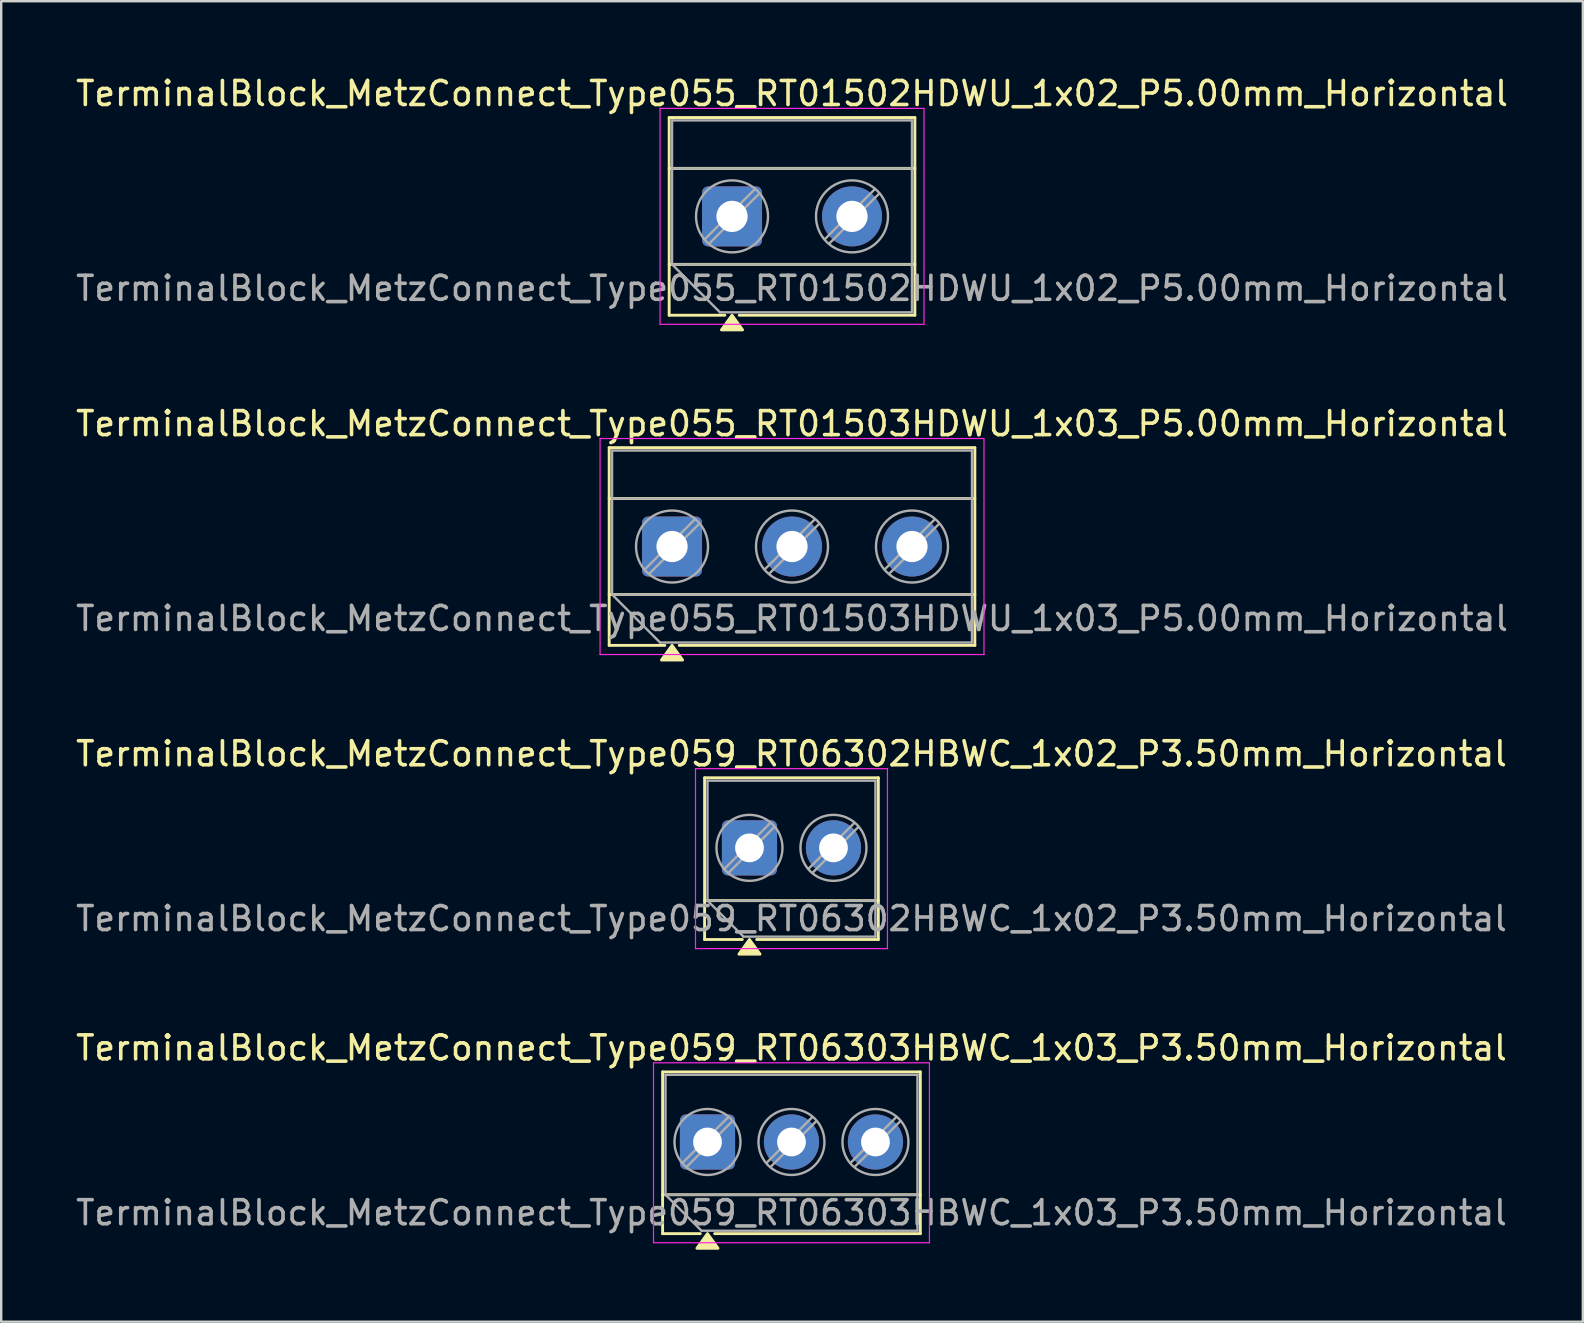
<source format=kicad_pcb>
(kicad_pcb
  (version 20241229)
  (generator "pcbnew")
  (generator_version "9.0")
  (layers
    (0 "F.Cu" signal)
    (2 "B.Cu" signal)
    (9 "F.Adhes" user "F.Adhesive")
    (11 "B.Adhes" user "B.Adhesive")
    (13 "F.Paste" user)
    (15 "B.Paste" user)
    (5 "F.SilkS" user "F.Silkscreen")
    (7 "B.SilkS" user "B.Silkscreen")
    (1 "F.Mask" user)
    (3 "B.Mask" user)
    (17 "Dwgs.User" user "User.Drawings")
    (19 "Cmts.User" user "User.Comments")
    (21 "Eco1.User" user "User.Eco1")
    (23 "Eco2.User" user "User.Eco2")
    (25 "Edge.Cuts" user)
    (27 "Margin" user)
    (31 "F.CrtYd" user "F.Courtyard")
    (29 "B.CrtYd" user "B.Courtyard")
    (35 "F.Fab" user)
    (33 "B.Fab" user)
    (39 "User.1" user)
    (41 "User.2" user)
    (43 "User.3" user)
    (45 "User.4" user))
  (footprint "TerminalBlock_MetzConnect_Type055_RT01503HDWU_1x03_P5.00mm_Horizontal"
    (layer "F.Cu")
    (at 24.958 19.727)
    (property "Reference" "TerminalBlock_MetzConnect_Type055_RT01503HDWU_1x03_P5.00mm_Horizontal" (at 5 -5.12 0) (layer "F.SilkS") (effects (font (size 1 1) (thickness 0.15))))
    (attr through_hole)
    (fp_line (start -2.62 -4.12) (end -2.62 4.12) (stroke (width 0.12) (type solid)) (layer "F.SilkS"))
    (fp_line (start -2.62 -4.12) (end 12.62 -4.12) (stroke (width 0.12) (type solid)) (layer "F.SilkS"))
    (fp_line (start -2.62 -2) (end 12.62 -2) (stroke (width 0.12) (type solid)) (layer "F.SilkS"))
    (fp_line (start -2.62 2) (end 12.62 2) (stroke (width 0.12) (type solid)) (layer "F.SilkS"))
    (fp_line (start -2.62 4.12) (end -0.3 4.12) (stroke (width 0.12) (type solid)) (layer "F.SilkS"))
    (fp_line (start 0.3 4.12) (end 12.62 4.12) (stroke (width 0.12) (type solid)) (layer "F.SilkS"))
    (fp_line (start 12.62 -4.12) (end 12.62 4.12) (stroke (width 0.12) (type solid)) (layer "F.SilkS"))
    (fp_poly (pts (xy 0 4.12) (xy 0.44 4.73) (xy -0.44 4.73)) (stroke (width 0.12) (type solid)) (fill yes) (layer "F.SilkS"))
    (fp_line (start -3 -4.5) (end -3 4.5) (stroke (width 0.05) (type solid)) (layer "F.CrtYd"))
    (fp_line (start -3 4.5) (end 13 4.5) (stroke (width 0.05) (type solid)) (layer "F.CrtYd"))
    (fp_line (start 13 -4.5) (end -3 -4.5) (stroke (width 0.05) (type solid)) (layer "F.CrtYd"))
    (fp_line (start 13 4.5) (end 13 -4.5) (stroke (width 0.05) (type solid)) (layer "F.CrtYd"))
    (fp_line (start -2.5 -4) (end 12.5 -4) (stroke (width 0.1) (type solid)) (layer "F.Fab"))
    (fp_line (start -2.5 -2) (end 12.5 -2) (stroke (width 0.1) (type solid)) (layer "F.Fab"))
    (fp_line (start -2.5 2) (end -2.5 -4) (stroke (width 0.1) (type solid)) (layer "F.Fab"))
    (fp_line (start -2.5 2) (end 12.5 2) (stroke (width 0.1) (type solid)) (layer "F.Fab"))
    (fp_line (start -0.5 4) (end -2.5 2) (stroke (width 0.1) (type solid)) (layer "F.Fab"))
    (fp_line (start 0.955 -1.138) (end -1.138 0.955) (stroke (width 0.1) (type solid)) (layer "F.Fab"))
    (fp_line (start 1.138 -0.955) (end -0.955 1.138) (stroke (width 0.1) (type solid)) (layer "F.Fab"))
    (fp_line (start 5.955 -1.138) (end 3.862 0.955) (stroke (width 0.1) (type solid)) (layer "F.Fab"))
    (fp_line (start 6.138 -0.955) (end 4.045 1.138) (stroke (width 0.1) (type solid)) (layer "F.Fab"))
    (fp_line (start 10.955 -1.138) (end 8.862 0.955) (stroke (width 0.1) (type solid)) (layer "F.Fab"))
    (fp_line (start 11.138 -0.955) (end 9.045 1.138) (stroke (width 0.1) (type solid)) (layer "F.Fab"))
    (fp_line (start 12.5 -4) (end 12.5 4) (stroke (width 0.1) (type solid)) (layer "F.Fab"))
    (fp_line (start 12.5 4) (end -0.5 4) (stroke (width 0.1) (type solid)) (layer "F.Fab"))
    (fp_circle (center 0 0) (end 1.5 0) (stroke (width 0.1) (type solid)) (fill no) (layer "F.Fab"))
    (fp_circle (center 5 0) (end 6.5 0) (stroke (width 0.1) (type solid)) (fill no) (layer "F.Fab"))
    (fp_circle (center 10 0) (end 11.5 0) (stroke (width 0.1) (type solid)) (fill no) (layer "F.Fab"))
    (fp_text user "${REFERENCE}" (at 5 3 0) (layer "F.Fab") (effects (font (size 1 1) (thickness 0.15))))
    (pad "1" thru_hole roundrect (at 0 0) (size 2.5 2.5) (drill 1.3) (layers "*.Cu" "*.Mask") (roundrect_rratio 0.1))
    (pad "2" thru_hole circle (at 5 0) (size 2.5 2.5) (drill 1.3) (layers "*.Cu" "*.Mask"))
    (pad "3" thru_hole circle (at 10 0) (size 2.5 2.5) (drill 1.3) (layers "*.Cu" "*.Mask")))
  (footprint "TerminalBlock_MetzConnect_Type059_RT06303HBWC_1x03_P3.50mm_Horizontal"
    (layer "F.Cu")
    (at 26.435 44.543)
    (property "Reference" "TerminalBlock_MetzConnect_Type059_RT06303HBWC_1x03_P3.50mm_Horizontal" (at 3.5 -3.92 0) (layer "F.SilkS") (effects (font (size 1 1) (thickness 0.15))))
    (attr through_hole)
    (fp_line (start -1.87 -2.92) (end -1.87 3.82) (stroke (width 0.12) (type solid)) (layer "F.SilkS"))
    (fp_line (start -1.87 -2.92) (end 8.87 -2.92) (stroke (width 0.12) (type solid)) (layer "F.SilkS"))
    (fp_line (start -1.87 2.2) (end 8.87 2.2) (stroke (width 0.12) (type solid)) (layer "F.SilkS"))
    (fp_line (start -1.87 3.82) (end -0.3 3.82) (stroke (width 0.12) (type solid)) (layer "F.SilkS"))
    (fp_line (start 0.3 3.82) (end 8.87 3.82) (stroke (width 0.12) (type solid)) (layer "F.SilkS"))
    (fp_line (start 8.87 -2.92) (end 8.87 3.82) (stroke (width 0.12) (type solid)) (layer "F.SilkS"))
    (fp_poly (pts (xy 0 3.82) (xy 0.44 4.43) (xy -0.44 4.43)) (stroke (width 0.12) (type solid)) (fill yes) (layer "F.SilkS"))
    (fp_line (start -2.25 -3.3) (end -2.25 4.2) (stroke (width 0.05) (type solid)) (layer "F.CrtYd"))
    (fp_line (start -2.25 4.2) (end 9.25 4.2) (stroke (width 0.05) (type solid)) (layer "F.CrtYd"))
    (fp_line (start 9.25 -3.3) (end -2.25 -3.3) (stroke (width 0.05) (type solid)) (layer "F.CrtYd"))
    (fp_line (start 9.25 4.2) (end 9.25 -3.3) (stroke (width 0.05) (type solid)) (layer "F.CrtYd"))
    (fp_line (start -1.75 -2.8) (end 8.75 -2.8) (stroke (width 0.1) (type solid)) (layer "F.Fab"))
    (fp_line (start -1.75 2.2) (end -1.75 -2.8) (stroke (width 0.1) (type solid)) (layer "F.Fab"))
    (fp_line (start -1.75 2.2) (end 8.75 2.2) (stroke (width 0.1) (type solid)) (layer "F.Fab"))
    (fp_line (start -0.25 3.7) (end -1.75 2.2) (stroke (width 0.1) (type solid)) (layer "F.Fab"))
    (fp_line (start 0.875 -1.043) (end -1.043 0.875) (stroke (width 0.1) (type solid)) (layer "F.Fab"))
    (fp_line (start 1.043 -0.875) (end -0.875 1.043) (stroke (width 0.1) (type solid)) (layer "F.Fab"))
    (fp_line (start 4.375 -1.043) (end 2.457 0.875) (stroke (width 0.1) (type solid)) (layer "F.Fab"))
    (fp_line (start 4.543 -0.875) (end 2.625 1.043) (stroke (width 0.1) (type solid)) (layer "F.Fab"))
    (fp_line (start 7.875 -1.043) (end 5.957 0.875) (stroke (width 0.1) (type solid)) (layer "F.Fab"))
    (fp_line (start 8.043 -0.875) (end 6.125 1.043) (stroke (width 0.1) (type solid)) (layer "F.Fab"))
    (fp_line (start 8.75 -2.8) (end 8.75 3.7) (stroke (width 0.1) (type solid)) (layer "F.Fab"))
    (fp_line (start 8.75 3.7) (end -0.25 3.7) (stroke (width 0.1) (type solid)) (layer "F.Fab"))
    (fp_circle (center 0 0) (end 1.375 0) (stroke (width 0.1) (type solid)) (fill no) (layer "F.Fab"))
    (fp_circle (center 3.5 0) (end 4.875 0) (stroke (width 0.1) (type solid)) (fill no) (layer "F.Fab"))
    (fp_circle (center 7 0) (end 8.375 0) (stroke (width 0.1) (type solid)) (fill no) (layer "F.Fab"))
    (fp_text user "${REFERENCE}" (at 3.5 2.95 0) (layer "F.Fab") (effects (font (size 1 1) (thickness 0.15))))
    (pad "1" thru_hole roundrect (at 0 0) (size 2.3 2.3) (drill 1.2) (layers "*.Cu" "*.Mask") (roundrect_rratio 0.109))
    (pad "2" thru_hole circle (at 3.5 0) (size 2.3 2.3) (drill 1.2) (layers "*.Cu" "*.Mask"))
    (pad "3" thru_hole circle (at 7 0) (size 2.3 2.3) (drill 1.2) (layers "*.Cu" "*.Mask")))
  (footprint "TerminalBlock_MetzConnect_Type059_RT06302HBWC_1x02_P3.50mm_Horizontal"
    (layer "F.Cu")
    (at 28.185 32.285)
    (property "Reference" "TerminalBlock_MetzConnect_Type059_RT06302HBWC_1x02_P3.50mm_Horizontal" (at 1.75 -3.92 0) (layer "F.SilkS") (effects (font (size 1 1) (thickness 0.15))))
    (attr through_hole)
    (fp_line (start -1.87 -2.92) (end -1.87 3.82) (stroke (width 0.12) (type solid)) (layer "F.SilkS"))
    (fp_line (start -1.87 -2.92) (end 5.37 -2.92) (stroke (width 0.12) (type solid)) (layer "F.SilkS"))
    (fp_line (start -1.87 2.2) (end 5.37 2.2) (stroke (width 0.12) (type solid)) (layer "F.SilkS"))
    (fp_line (start -1.87 3.82) (end -0.3 3.82) (stroke (width 0.12) (type solid)) (layer "F.SilkS"))
    (fp_line (start 0.3 3.82) (end 5.37 3.82) (stroke (width 0.12) (type solid)) (layer "F.SilkS"))
    (fp_line (start 5.37 -2.92) (end 5.37 3.82) (stroke (width 0.12) (type solid)) (layer "F.SilkS"))
    (fp_poly (pts (xy 0 3.82) (xy 0.44 4.43) (xy -0.44 4.43)) (stroke (width 0.12) (type solid)) (fill yes) (layer "F.SilkS"))
    (fp_line (start -2.25 -3.3) (end -2.25 4.2) (stroke (width 0.05) (type solid)) (layer "F.CrtYd"))
    (fp_line (start -2.25 4.2) (end 5.75 4.2) (stroke (width 0.05) (type solid)) (layer "F.CrtYd"))
    (fp_line (start 5.75 -3.3) (end -2.25 -3.3) (stroke (width 0.05) (type solid)) (layer "F.CrtYd"))
    (fp_line (start 5.75 4.2) (end 5.75 -3.3) (stroke (width 0.05) (type solid)) (layer "F.CrtYd"))
    (fp_line (start -1.75 -2.8) (end 5.25 -2.8) (stroke (width 0.1) (type solid)) (layer "F.Fab"))
    (fp_line (start -1.75 2.2) (end -1.75 -2.8) (stroke (width 0.1) (type solid)) (layer "F.Fab"))
    (fp_line (start -1.75 2.2) (end 5.25 2.2) (stroke (width 0.1) (type solid)) (layer "F.Fab"))
    (fp_line (start -0.25 3.7) (end -1.75 2.2) (stroke (width 0.1) (type solid)) (layer "F.Fab"))
    (fp_line (start 0.875 -1.043) (end -1.043 0.875) (stroke (width 0.1) (type solid)) (layer "F.Fab"))
    (fp_line (start 1.043 -0.875) (end -0.875 1.043) (stroke (width 0.1) (type solid)) (layer "F.Fab"))
    (fp_line (start 4.375 -1.043) (end 2.457 0.875) (stroke (width 0.1) (type solid)) (layer "F.Fab"))
    (fp_line (start 4.543 -0.875) (end 2.625 1.043) (stroke (width 0.1) (type solid)) (layer "F.Fab"))
    (fp_line (start 5.25 -2.8) (end 5.25 3.7) (stroke (width 0.1) (type solid)) (layer "F.Fab"))
    (fp_line (start 5.25 3.7) (end -0.25 3.7) (stroke (width 0.1) (type solid)) (layer "F.Fab"))
    (fp_circle (center 0 0) (end 1.375 0) (stroke (width 0.1) (type solid)) (fill no) (layer "F.Fab"))
    (fp_circle (center 3.5 0) (end 4.875 0) (stroke (width 0.1) (type solid)) (fill no) (layer "F.Fab"))
    (fp_text user "${REFERENCE}" (at 1.75 2.95 0) (layer "F.Fab") (effects (font (size 1 1) (thickness 0.15))))
    (pad "1" thru_hole roundrect (at 0 0) (size 2.3 2.3) (drill 1.2) (layers "*.Cu" "*.Mask") (roundrect_rratio 0.109))
    (pad "2" thru_hole circle (at 3.5 0) (size 2.3 2.3) (drill 1.2) (layers "*.Cu" "*.Mask")))
  (footprint "TerminalBlock_MetzConnect_Type055_RT01502HDWU_1x02_P5.00mm_Horizontal"
    (layer "F.Cu")
    (at 27.458 5.968)
    (property "Reference" "TerminalBlock_MetzConnect_Type055_RT01502HDWU_1x02_P5.00mm_Horizontal" (at 2.5 -5.12 0) (layer "F.SilkS") (effects (font (size 1 1) (thickness 0.15))))
    (attr through_hole)
    (fp_line (start -2.62 -4.12) (end -2.62 4.12) (stroke (width 0.12) (type solid)) (layer "F.SilkS"))
    (fp_line (start -2.62 -4.12) (end 7.62 -4.12) (stroke (width 0.12) (type solid)) (layer "F.SilkS"))
    (fp_line (start -2.62 -2) (end 7.62 -2) (stroke (width 0.12) (type solid)) (layer "F.SilkS"))
    (fp_line (start -2.62 2) (end 7.62 2) (stroke (width 0.12) (type solid)) (layer "F.SilkS"))
    (fp_line (start -2.62 4.12) (end -0.3 4.12) (stroke (width 0.12) (type solid)) (layer "F.SilkS"))
    (fp_line (start 0.3 4.12) (end 7.62 4.12) (stroke (width 0.12) (type solid)) (layer "F.SilkS"))
    (fp_line (start 7.62 -4.12) (end 7.62 4.12) (stroke (width 0.12) (type solid)) (layer "F.SilkS"))
    (fp_poly (pts (xy 0 4.12) (xy 0.44 4.73) (xy -0.44 4.73)) (stroke (width 0.12) (type solid)) (fill yes) (layer "F.SilkS"))
    (fp_line (start -3 -4.5) (end -3 4.5) (stroke (width 0.05) (type solid)) (layer "F.CrtYd"))
    (fp_line (start -3 4.5) (end 8 4.5) (stroke (width 0.05) (type solid)) (layer "F.CrtYd"))
    (fp_line (start 8 -4.5) (end -3 -4.5) (stroke (width 0.05) (type solid)) (layer "F.CrtYd"))
    (fp_line (start 8 4.5) (end 8 -4.5) (stroke (width 0.05) (type solid)) (layer "F.CrtYd"))
    (fp_line (start -2.5 -4) (end 7.5 -4) (stroke (width 0.1) (type solid)) (layer "F.Fab"))
    (fp_line (start -2.5 -2) (end 7.5 -2) (stroke (width 0.1) (type solid)) (layer "F.Fab"))
    (fp_line (start -2.5 2) (end -2.5 -4) (stroke (width 0.1) (type solid)) (layer "F.Fab"))
    (fp_line (start -2.5 2) (end 7.5 2) (stroke (width 0.1) (type solid)) (layer "F.Fab"))
    (fp_line (start -0.5 4) (end -2.5 2) (stroke (width 0.1) (type solid)) (layer "F.Fab"))
    (fp_line (start 0.955 -1.138) (end -1.138 0.955) (stroke (width 0.1) (type solid)) (layer "F.Fab"))
    (fp_line (start 1.138 -0.955) (end -0.955 1.138) (stroke (width 0.1) (type solid)) (layer "F.Fab"))
    (fp_line (start 5.955 -1.138) (end 3.862 0.955) (stroke (width 0.1) (type solid)) (layer "F.Fab"))
    (fp_line (start 6.138 -0.955) (end 4.045 1.138) (stroke (width 0.1) (type solid)) (layer "F.Fab"))
    (fp_line (start 7.5 -4) (end 7.5 4) (stroke (width 0.1) (type solid)) (layer "F.Fab"))
    (fp_line (start 7.5 4) (end -0.5 4) (stroke (width 0.1) (type solid)) (layer "F.Fab"))
    (fp_circle (center 0 0) (end 1.5 0) (stroke (width 0.1) (type solid)) (fill no) (layer "F.Fab"))
    (fp_circle (center 5 0) (end 6.5 0) (stroke (width 0.1) (type solid)) (fill no) (layer "F.Fab"))
    (fp_text user "${REFERENCE}" (at 2.5 3 0) (layer "F.Fab") (effects (font (size 1 1) (thickness 0.15))))
    (pad "1" thru_hole roundrect (at 0 0) (size 2.5 2.5) (drill 1.3) (layers "*.Cu" "*.Mask") (roundrect_rratio 0.1))
    (pad "2" thru_hole circle (at 5 0) (size 2.5 2.5) (drill 1.3) (layers "*.Cu" "*.Mask")))
  (gr_rect
    (start -3 -3)
    (end 62.917 52.033)
    (stroke (width 0.1) (type default))
    (fill no)
    (layer "Edge.Cuts")))
</source>
